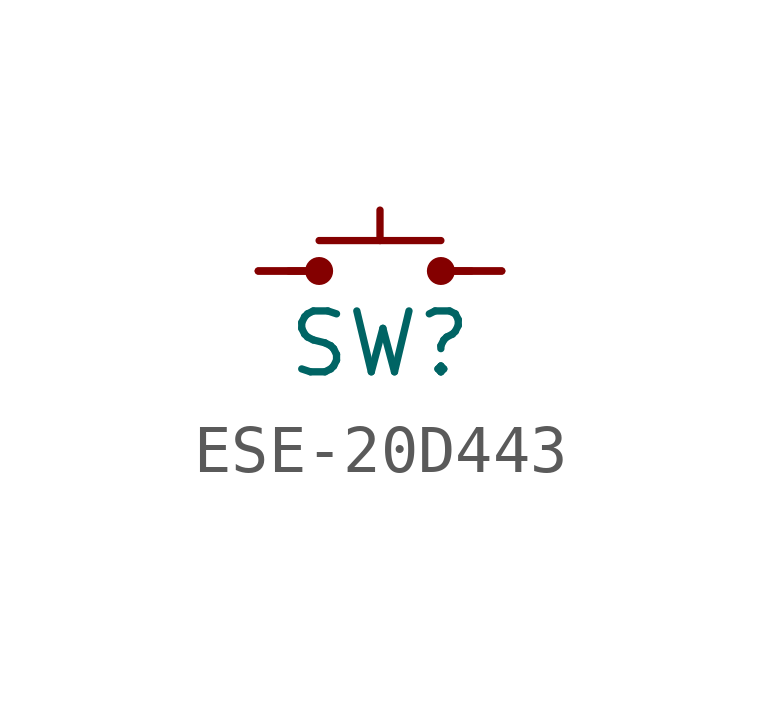
<source format=kicad_sym>
(kicad_symbol_lib
  (version 20241209)
  (generator "kicad_symbol_editor")
  (generator_version "9.0")
  (symbol "ESE-20D443"
    (pin_numbers
      (hide yes))
    (pin_names
      (hide yes))
    (property "Reference" "SW"
      (at 2.54 -1.524 0)
      (effects (font (size 1.27 1.27))))
    (property "Value" ""
      (at 0 0 0)
      (effects (font (size 1.27 1.27))))
    (symbol "ESE-20D443_0_1"
      (polyline (pts (xy 0.635 0) (xy 1.27 0)) (stroke (width 0) (type default)) (fill (type none)))
      (polyline (pts (xy 1.27 0.635) (xy 3.81 0.635)) (stroke (width 0) (type default)) (fill (type none)))
      (polyline (pts (xy 2.54 0.635) (xy 2.54 1.27)) (stroke (width 0) (type default)) (fill (type none)))
      (polyline (pts (xy 3.81 0) (xy 4.445 0)) (stroke (width 0) (type default)) (fill (type none))))
    (symbol "ESE-20D443_1_1"
      (circle (center 1.27 0) (radius 0.216) (stroke (width 0) (type solid)) (fill (type outline)))
      (circle (center 3.81 0) (radius 0.216) (stroke (width 0) (type solid)) (fill (type outline)))
      (pin passive line (at 0 0 0) (length 1.27) (name "a" (effects (font (size 1.27 1.27)))) (number "1" (effects (font (size 1.27 1.27)))))
      (pin passive line (at 0 0 0) (length 1.27) (name "b" (effects (font (size 1.27 1.27)))) (number "2" (effects (font (size 1.27 1.27)))))
      (pin passive line (at 5.08 0 180) (length 1.27) (name "c" (effects (font (size 1.27 1.27)))) (number "3" (effects (font (size 1.27 1.27)))))
      (pin passive line (at 5.08 0 180) (length 1.27) (name "d" (effects (font (size 1.27 1.27)))) (number "4" (effects (font (size 1.27 1.27))))))))
</source>
